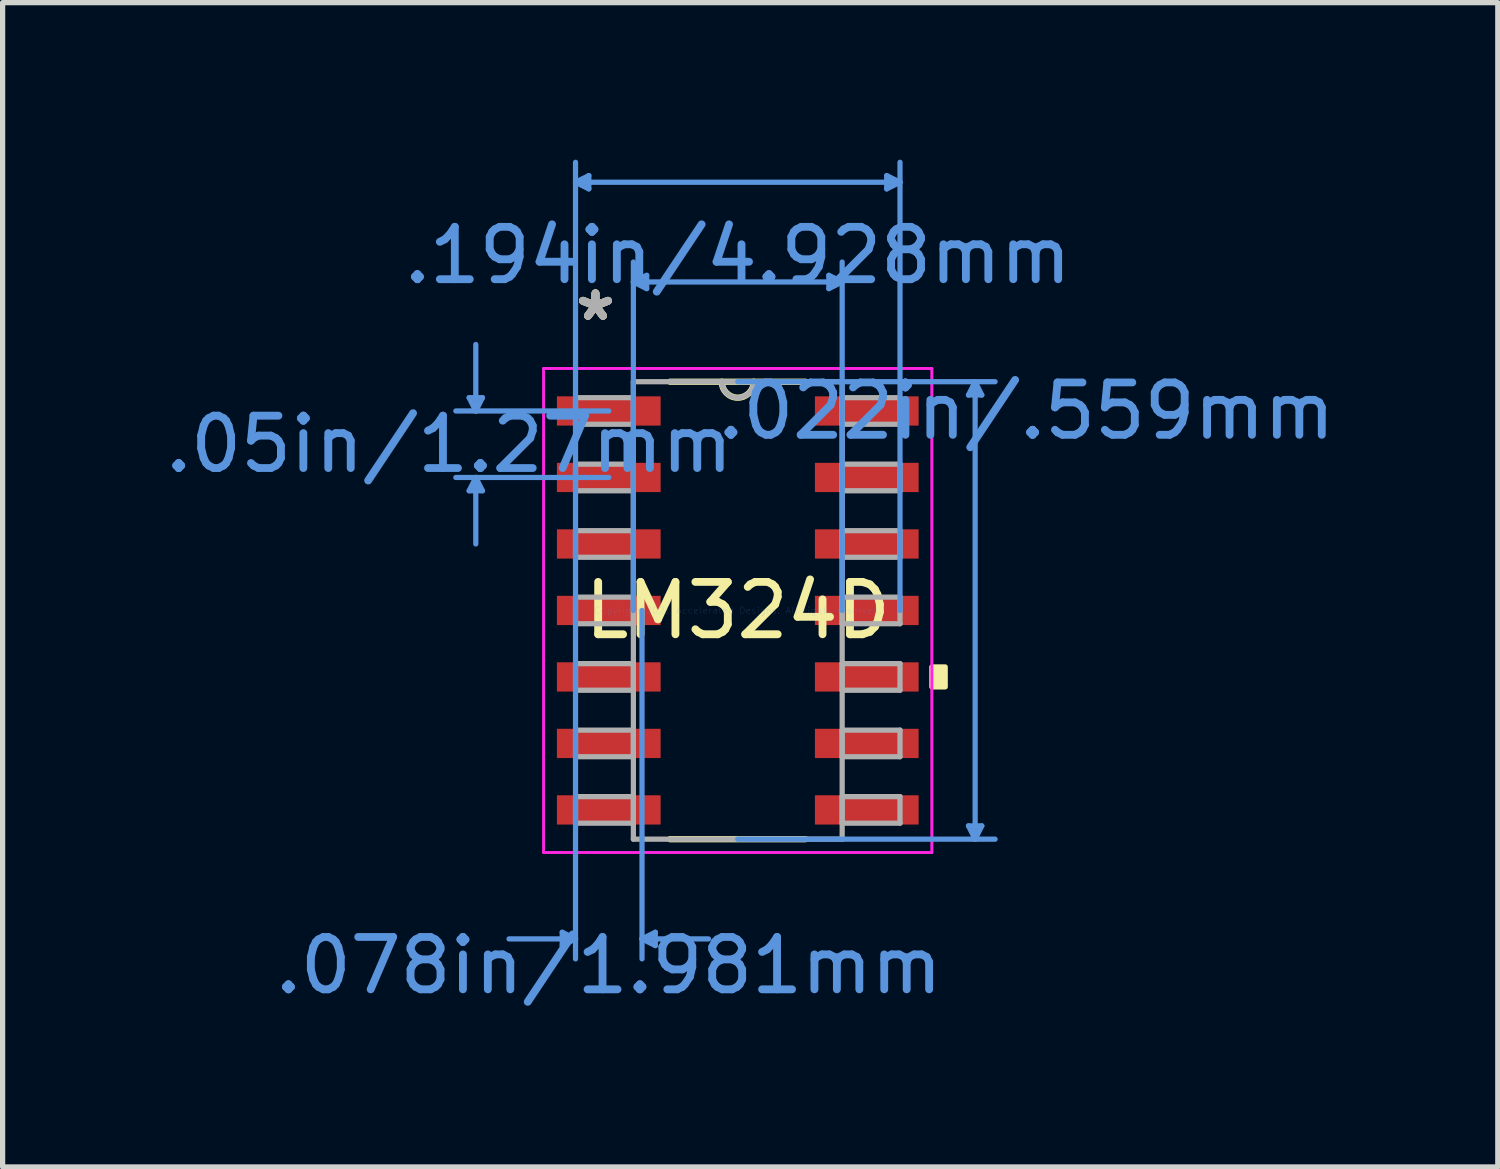
<source format=kicad_pcb>
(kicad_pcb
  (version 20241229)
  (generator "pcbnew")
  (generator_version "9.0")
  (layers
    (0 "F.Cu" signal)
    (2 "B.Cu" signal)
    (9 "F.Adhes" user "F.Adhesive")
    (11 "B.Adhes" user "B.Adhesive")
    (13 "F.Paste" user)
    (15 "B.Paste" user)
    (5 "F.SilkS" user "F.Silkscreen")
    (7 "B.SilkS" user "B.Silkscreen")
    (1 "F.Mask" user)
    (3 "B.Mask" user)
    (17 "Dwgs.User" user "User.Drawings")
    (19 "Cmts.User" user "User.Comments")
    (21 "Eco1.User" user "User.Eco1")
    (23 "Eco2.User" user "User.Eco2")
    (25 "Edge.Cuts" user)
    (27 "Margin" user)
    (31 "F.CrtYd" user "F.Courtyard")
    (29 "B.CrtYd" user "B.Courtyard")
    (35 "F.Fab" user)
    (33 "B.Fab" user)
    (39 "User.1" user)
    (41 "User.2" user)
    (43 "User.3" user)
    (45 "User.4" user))
  (footprint "LM324D"
    (layer "F.Cu")
    (at 11.042 8.61)
    (property "Reference" "LM324D" (at 0 0 0) (layer "F.SilkS") (effects (font (size 1 1) (thickness 0.15))))
    (attr through_hole)
    (fp_line (start -1.293 4.369) (end 1.293 4.369) (stroke (width 0.12) (type solid)) (layer "F.SilkS"))
    (fp_line (start 1.293 -4.369) (end -1.293 -4.369) (stroke (width 0.12) (type solid)) (layer "F.SilkS"))
    (fp_arc (start 0.3048 -4.3688) (mid 0 -4.064) (end -0.3048 -4.3688) (stroke (width 0.12) (type solid)) (layer "F.SilkS"))
    (fp_poly (pts (xy 3.962 1.079) (xy 3.962 1.46) (xy 3.708 1.46) (xy 3.708 1.079)) (stroke (width 0.1) (type solid)) (fill yes) (layer "F.SilkS"))
    (fp_line (start -5.131 -4.064) (end -4.877 -4.064) (stroke (width 0.1) (type solid)) (layer "Cmts.User"))
    (fp_line (start -5.131 -2.286) (end -4.877 -2.286) (stroke (width 0.1) (type solid)) (layer "Cmts.User"))
    (fp_line (start -5.004 -3.81) (end -5.131 -4.064) (stroke (width 0.1) (type solid)) (layer "Cmts.User"))
    (fp_line (start -5.004 -3.81) (end -5.004 -5.08) (stroke (width 0.1) (type solid)) (layer "Cmts.User"))
    (fp_line (start -5.004 -3.81) (end -4.877 -4.064) (stroke (width 0.1) (type solid)) (layer "Cmts.User"))
    (fp_line (start -5.004 -2.54) (end -5.131 -2.286) (stroke (width 0.1) (type solid)) (layer "Cmts.User"))
    (fp_line (start -5.004 -2.54) (end -5.004 -1.27) (stroke (width 0.1) (type solid)) (layer "Cmts.User"))
    (fp_line (start -5.004 -2.54) (end -4.877 -2.286) (stroke (width 0.1) (type solid)) (layer "Cmts.User"))
    (fp_line (start -3.353 6.147) (end -3.353 6.401) (stroke (width 0.1) (type solid)) (layer "Cmts.User"))
    (fp_line (start -3.099 -8.179) (end -2.845 -8.306) (stroke (width 0.1) (type solid)) (layer "Cmts.User"))
    (fp_line (start -3.099 -8.179) (end -2.845 -8.052) (stroke (width 0.1) (type solid)) (layer "Cmts.User"))
    (fp_line (start -3.099 -8.179) (end 3.099 -8.179) (stroke (width 0.1) (type solid)) (layer "Cmts.User"))
    (fp_line (start -3.099 0) (end -3.099 -8.56) (stroke (width 0.1) (type solid)) (layer "Cmts.User"))
    (fp_line (start -3.099 0) (end -3.099 6.655) (stroke (width 0.1) (type solid)) (layer "Cmts.User"))
    (fp_line (start -3.099 6.274) (end -4.369 6.274) (stroke (width 0.1) (type solid)) (layer "Cmts.User"))
    (fp_line (start -3.099 6.274) (end -3.353 6.147) (stroke (width 0.1) (type solid)) (layer "Cmts.User"))
    (fp_line (start -3.099 6.274) (end -3.353 6.401) (stroke (width 0.1) (type solid)) (layer "Cmts.User"))
    (fp_line (start -2.845 -8.306) (end -2.845 -8.052) (stroke (width 0.1) (type solid)) (layer "Cmts.User"))
    (fp_line (start -2.464 -3.81) (end -5.385 -3.81) (stroke (width 0.1) (type solid)) (layer "Cmts.User"))
    (fp_line (start -2.464 -2.54) (end -5.385 -2.54) (stroke (width 0.1) (type solid)) (layer "Cmts.User"))
    (fp_line (start -1.994 -6.274) (end -1.74 -6.401) (stroke (width 0.1) (type solid)) (layer "Cmts.User"))
    (fp_line (start -1.994 -6.274) (end -1.74 -6.147) (stroke (width 0.1) (type solid)) (layer "Cmts.User"))
    (fp_line (start -1.994 -6.274) (end 1.994 -6.274) (stroke (width 0.1) (type solid)) (layer "Cmts.User"))
    (fp_line (start -1.994 0) (end -1.994 -6.655) (stroke (width 0.1) (type solid)) (layer "Cmts.User"))
    (fp_line (start -1.829 0) (end -1.829 6.655) (stroke (width 0.1) (type solid)) (layer "Cmts.User"))
    (fp_line (start -1.829 6.274) (end -1.575 6.147) (stroke (width 0.1) (type solid)) (layer "Cmts.User"))
    (fp_line (start -1.829 6.274) (end -1.575 6.401) (stroke (width 0.1) (type solid)) (layer "Cmts.User"))
    (fp_line (start -1.829 6.274) (end -0.559 6.274) (stroke (width 0.1) (type solid)) (layer "Cmts.User"))
    (fp_line (start -1.74 -6.401) (end -1.74 -6.147) (stroke (width 0.1) (type solid)) (layer "Cmts.User"))
    (fp_line (start -1.575 6.147) (end -1.575 6.401) (stroke (width 0.1) (type solid)) (layer "Cmts.User"))
    (fp_line (start 0 -4.369) (end 4.915 -4.369) (stroke (width 0.1) (type solid)) (layer "Cmts.User"))
    (fp_line (start 0 4.369) (end 4.915 4.369) (stroke (width 0.1) (type solid)) (layer "Cmts.User"))
    (fp_line (start 1.74 -6.401) (end 1.74 -6.147) (stroke (width 0.1) (type solid)) (layer "Cmts.User"))
    (fp_line (start 1.994 -6.274) (end 1.74 -6.401) (stroke (width 0.1) (type solid)) (layer "Cmts.User"))
    (fp_line (start 1.994 -6.274) (end 1.74 -6.147) (stroke (width 0.1) (type solid)) (layer "Cmts.User"))
    (fp_line (start 1.994 0) (end 1.994 -6.655) (stroke (width 0.1) (type solid)) (layer "Cmts.User"))
    (fp_line (start 2.845 -8.306) (end 2.845 -8.052) (stroke (width 0.1) (type solid)) (layer "Cmts.User"))
    (fp_line (start 3.099 -8.179) (end 2.845 -8.306) (stroke (width 0.1) (type solid)) (layer "Cmts.User"))
    (fp_line (start 3.099 -8.179) (end 2.845 -8.052) (stroke (width 0.1) (type solid)) (layer "Cmts.User"))
    (fp_line (start 3.099 0) (end 3.099 -8.56) (stroke (width 0.1) (type solid)) (layer "Cmts.User"))
    (fp_line (start 4.407 -4.115) (end 4.661 -4.115) (stroke (width 0.1) (type solid)) (layer "Cmts.User"))
    (fp_line (start 4.407 4.115) (end 4.661 4.115) (stroke (width 0.1) (type solid)) (layer "Cmts.User"))
    (fp_line (start 4.534 -4.369) (end 4.407 -4.115) (stroke (width 0.1) (type solid)) (layer "Cmts.User"))
    (fp_line (start 4.534 -4.369) (end 4.534 4.369) (stroke (width 0.1) (type solid)) (layer "Cmts.User"))
    (fp_line (start 4.534 -4.369) (end 4.661 -4.115) (stroke (width 0.1) (type solid)) (layer "Cmts.User"))
    (fp_line (start 4.534 4.369) (end 4.407 4.115) (stroke (width 0.1) (type solid)) (layer "Cmts.User"))
    (fp_line (start 4.534 4.369) (end 4.661 4.115) (stroke (width 0.1) (type solid)) (layer "Cmts.User"))
    (fp_line (start -3.708 -4.623) (end 3.708 -4.623) (stroke (width 0.05) (type solid)) (layer "F.CrtYd"))
    (fp_line (start -3.708 -4.623) (end 3.708 -4.623) (stroke (width 0.05) (type solid)) (layer "F.CrtYd"))
    (fp_line (start -3.708 4.623) (end -3.708 -4.623) (stroke (width 0.05) (type solid)) (layer "F.CrtYd"))
    (fp_line (start -3.708 4.623) (end -3.708 -4.623) (stroke (width 0.05) (type solid)) (layer "F.CrtYd"))
    (fp_line (start 3.708 -4.623) (end 3.708 4.623) (stroke (width 0.05) (type solid)) (layer "F.CrtYd"))
    (fp_line (start 3.708 -4.623) (end 3.708 4.623) (stroke (width 0.05) (type solid)) (layer "F.CrtYd"))
    (fp_line (start 3.708 4.623) (end -3.708 4.623) (stroke (width 0.05) (type solid)) (layer "F.CrtYd"))
    (fp_line (start 3.708 4.623) (end -3.708 4.623) (stroke (width 0.05) (type solid)) (layer "F.CrtYd"))
    (fp_line (start -3.099 -4.064) (end -3.099 -3.556) (stroke (width 0.1) (type solid)) (layer "F.Fab"))
    (fp_line (start -3.099 -3.556) (end -1.994 -3.556) (stroke (width 0.1) (type solid)) (layer "F.Fab"))
    (fp_line (start -3.099 -2.794) (end -3.099 -2.286) (stroke (width 0.1) (type solid)) (layer "F.Fab"))
    (fp_line (start -3.099 -2.286) (end -1.994 -2.286) (stroke (width 0.1) (type solid)) (layer "F.Fab"))
    (fp_line (start -3.099 -1.524) (end -3.099 -1.016) (stroke (width 0.1) (type solid)) (layer "F.Fab"))
    (fp_line (start -3.099 -1.016) (end -1.994 -1.016) (stroke (width 0.1) (type solid)) (layer "F.Fab"))
    (fp_line (start -3.099 -0.254) (end -3.099 0.254) (stroke (width 0.1) (type solid)) (layer "F.Fab"))
    (fp_line (start -3.099 0.254) (end -1.994 0.254) (stroke (width 0.1) (type solid)) (layer "F.Fab"))
    (fp_line (start -3.099 1.016) (end -3.099 1.524) (stroke (width 0.1) (type solid)) (layer "F.Fab"))
    (fp_line (start -3.099 1.524) (end -1.994 1.524) (stroke (width 0.1) (type solid)) (layer "F.Fab"))
    (fp_line (start -3.099 2.286) (end -3.099 2.794) (stroke (width 0.1) (type solid)) (layer "F.Fab"))
    (fp_line (start -3.099 2.794) (end -1.994 2.794) (stroke (width 0.1) (type solid)) (layer "F.Fab"))
    (fp_line (start -3.099 3.556) (end -3.099 4.064) (stroke (width 0.1) (type solid)) (layer "F.Fab"))
    (fp_line (start -3.099 4.064) (end -1.994 4.064) (stroke (width 0.1) (type solid)) (layer "F.Fab"))
    (fp_line (start -1.994 -4.369) (end -1.994 4.369) (stroke (width 0.1) (type solid)) (layer "F.Fab"))
    (fp_line (start -1.994 -4.064) (end -3.099 -4.064) (stroke (width 0.1) (type solid)) (layer "F.Fab"))
    (fp_line (start -1.994 -3.556) (end -1.994 -4.064) (stroke (width 0.1) (type solid)) (layer "F.Fab"))
    (fp_line (start -1.994 -2.794) (end -3.099 -2.794) (stroke (width 0.1) (type solid)) (layer "F.Fab"))
    (fp_line (start -1.994 -2.286) (end -1.994 -2.794) (stroke (width 0.1) (type solid)) (layer "F.Fab"))
    (fp_line (start -1.994 -1.524) (end -3.099 -1.524) (stroke (width 0.1) (type solid)) (layer "F.Fab"))
    (fp_line (start -1.994 -1.016) (end -1.994 -1.524) (stroke (width 0.1) (type solid)) (layer "F.Fab"))
    (fp_line (start -1.994 -0.254) (end -3.099 -0.254) (stroke (width 0.1) (type solid)) (layer "F.Fab"))
    (fp_line (start -1.994 0.254) (end -1.994 -0.254) (stroke (width 0.1) (type solid)) (layer "F.Fab"))
    (fp_line (start -1.994 1.016) (end -3.099 1.016) (stroke (width 0.1) (type solid)) (layer "F.Fab"))
    (fp_line (start -1.994 1.524) (end -1.994 1.016) (stroke (width 0.1) (type solid)) (layer "F.Fab"))
    (fp_line (start -1.994 2.286) (end -3.099 2.286) (stroke (width 0.1) (type solid)) (layer "F.Fab"))
    (fp_line (start -1.994 2.794) (end -1.994 2.286) (stroke (width 0.1) (type solid)) (layer "F.Fab"))
    (fp_line (start -1.994 3.556) (end -3.099 3.556) (stroke (width 0.1) (type solid)) (layer "F.Fab"))
    (fp_line (start -1.994 4.064) (end -1.994 3.556) (stroke (width 0.1) (type solid)) (layer "F.Fab"))
    (fp_line (start -1.994 4.369) (end 1.994 4.369) (stroke (width 0.1) (type solid)) (layer "F.Fab"))
    (fp_line (start 1.994 -4.369) (end -1.994 -4.369) (stroke (width 0.1) (type solid)) (layer "F.Fab"))
    (fp_line (start 1.994 -4.064) (end 1.994 -3.556) (stroke (width 0.1) (type solid)) (layer "F.Fab"))
    (fp_line (start 1.994 -3.556) (end 3.099 -3.556) (stroke (width 0.1) (type solid)) (layer "F.Fab"))
    (fp_line (start 1.994 -2.794) (end 1.994 -2.286) (stroke (width 0.1) (type solid)) (layer "F.Fab"))
    (fp_line (start 1.994 -2.286) (end 3.099 -2.286) (stroke (width 0.1) (type solid)) (layer "F.Fab"))
    (fp_line (start 1.994 -1.524) (end 1.994 -1.016) (stroke (width 0.1) (type solid)) (layer "F.Fab"))
    (fp_line (start 1.994 -1.016) (end 3.099 -1.016) (stroke (width 0.1) (type solid)) (layer "F.Fab"))
    (fp_line (start 1.994 -0.254) (end 1.994 0.254) (stroke (width 0.1) (type solid)) (layer "F.Fab"))
    (fp_line (start 1.994 0.254) (end 3.099 0.254) (stroke (width 0.1) (type solid)) (layer "F.Fab"))
    (fp_line (start 1.994 1.016) (end 1.994 1.524) (stroke (width 0.1) (type solid)) (layer "F.Fab"))
    (fp_line (start 1.994 1.524) (end 3.099 1.524) (stroke (width 0.1) (type solid)) (layer "F.Fab"))
    (fp_line (start 1.994 2.286) (end 1.994 2.794) (stroke (width 0.1) (type solid)) (layer "F.Fab"))
    (fp_line (start 1.994 2.794) (end 3.099 2.794) (stroke (width 0.1) (type solid)) (layer "F.Fab"))
    (fp_line (start 1.994 3.556) (end 1.994 4.064) (stroke (width 0.1) (type solid)) (layer "F.Fab"))
    (fp_line (start 1.994 4.064) (end 3.099 4.064) (stroke (width 0.1) (type solid)) (layer "F.Fab"))
    (fp_line (start 1.994 4.369) (end 1.994 -4.369) (stroke (width 0.1) (type solid)) (layer "F.Fab"))
    (fp_line (start 3.099 -4.064) (end 1.994 -4.064) (stroke (width 0.1) (type solid)) (layer "F.Fab"))
    (fp_line (start 3.099 -3.556) (end 3.099 -4.064) (stroke (width 0.1) (type solid)) (layer "F.Fab"))
    (fp_line (start 3.099 -2.794) (end 1.994 -2.794) (stroke (width 0.1) (type solid)) (layer "F.Fab"))
    (fp_line (start 3.099 -2.286) (end 3.099 -2.794) (stroke (width 0.1) (type solid)) (layer "F.Fab"))
    (fp_line (start 3.099 -1.524) (end 1.994 -1.524) (stroke (width 0.1) (type solid)) (layer "F.Fab"))
    (fp_line (start 3.099 -1.016) (end 3.099 -1.524) (stroke (width 0.1) (type solid)) (layer "F.Fab"))
    (fp_line (start 3.099 -0.254) (end 1.994 -0.254) (stroke (width 0.1) (type solid)) (layer "F.Fab"))
    (fp_line (start 3.099 0.254) (end 3.099 -0.254) (stroke (width 0.1) (type solid)) (layer "F.Fab"))
    (fp_line (start 3.099 1.016) (end 1.994 1.016) (stroke (width 0.1) (type solid)) (layer "F.Fab"))
    (fp_line (start 3.099 1.524) (end 3.099 1.016) (stroke (width 0.1) (type solid)) (layer "F.Fab"))
    (fp_line (start 3.099 2.286) (end 1.994 2.286) (stroke (width 0.1) (type solid)) (layer "F.Fab"))
    (fp_line (start 3.099 2.794) (end 3.099 2.286) (stroke (width 0.1) (type solid)) (layer "F.Fab"))
    (fp_line (start 3.099 3.556) (end 1.994 3.556) (stroke (width 0.1) (type solid)) (layer "F.Fab"))
    (fp_line (start 3.099 4.064) (end 3.099 3.556) (stroke (width 0.1) (type solid)) (layer "F.Fab"))
    (fp_arc (start 0.3048 -4.3688) (mid 0 -4.064) (end -0.3048 -4.3688) (stroke (width 0.1) (type solid)) (layer "F.Fab"))
    (fp_text user "*" (at -2.718 -5.512 0) (layer "F.SilkS") (effects (font (size 1 1) (thickness 0.15))))
    (fp_text user "*" (at -2.718 -5.512 0) (layer "F.SilkS") (effects (font (size 1 1) (thickness 0.15))))
    (fp_text user "Copyright 2021 Accelerated Designs. All rights reserved." (at 0 0 0) (layer "Cmts.User") (effects (font (size 0.127 0.127) (thickness 0.002))))
    (fp_text user ".05in/1.27mm" (at -5.512 -3.175 0) (layer "Cmts.User") (effects (font (size 1 1) (thickness 0.15))))
    (fp_text user ".194in/4.928mm" (at 0 -6.782 0) (layer "Cmts.User") (effects (font (size 1 1) (thickness 0.15))))
    (fp_text user ".078in/1.981mm" (at -2.464 6.782 0) (layer "Cmts.User") (effects (font (size 1 1) (thickness 0.15))))
    (fp_text user ".022in/.559mm" (at 5.512 -3.81 0) (layer "Cmts.User") (effects (font (size 1 1) (thickness 0.15))))
    (fp_text user "*" (at -2.718 -5.512 0) (layer "F.Fab") (effects (font (size 1 1) (thickness 0.15))))
    (fp_text user "*" (at -2.718 -5.512 0) (layer "F.Fab") (effects (font (size 1 1) (thickness 0.15))))
    (pad "1" smd rect (at -2.464 -3.81) (size 1.981 0.559) (layers "F.Cu" "F.Mask" "F.Paste"))
    (pad "2" smd rect (at -2.464 -2.54) (size 1.981 0.559) (layers "F.Cu" "F.Mask" "F.Paste"))
    (pad "3" smd rect (at -2.464 -1.27) (size 1.981 0.559) (layers "F.Cu" "F.Mask" "F.Paste"))
    (pad "4" smd rect (at -2.464 0) (size 1.981 0.559) (layers "F.Cu" "F.Mask" "F.Paste"))
    (pad "5" smd rect (at -2.464 1.27) (size 1.981 0.559) (layers "F.Cu" "F.Mask" "F.Paste"))
    (pad "6" smd rect (at -2.464 2.54) (size 1.981 0.559) (layers "F.Cu" "F.Mask" "F.Paste"))
    (pad "7" smd rect (at -2.464 3.81) (size 1.981 0.559) (layers "F.Cu" "F.Mask" "F.Paste"))
    (pad "8" smd rect (at 2.464 3.81) (size 1.981 0.559) (layers "F.Cu" "F.Mask" "F.Paste"))
    (pad "9" smd rect (at 2.464 2.54) (size 1.981 0.559) (layers "F.Cu" "F.Mask" "F.Paste"))
    (pad "10" smd rect (at 2.464 1.27) (size 1.981 0.559) (layers "F.Cu" "F.Mask" "F.Paste"))
    (pad "11" smd rect (at 2.464 0) (size 1.981 0.559) (layers "F.Cu" "F.Mask" "F.Paste"))
    (pad "12" smd rect (at 2.464 -1.27) (size 1.981 0.559) (layers "F.Cu" "F.Mask" "F.Paste"))
    (pad "13" smd rect (at 2.464 -2.54) (size 1.981 0.559) (layers "F.Cu" "F.Mask" "F.Paste"))
    (pad "14" smd rect (at 2.464 -3.81) (size 1.981 0.559) (layers "F.Cu" "F.Mask" "F.Paste")))
  (gr_rect
    (start -3 -3)
    (end 25.559 19.24)
    (stroke (width 0.1) (type default))
    (fill no)
    (layer "Edge.Cuts")))
</source>
